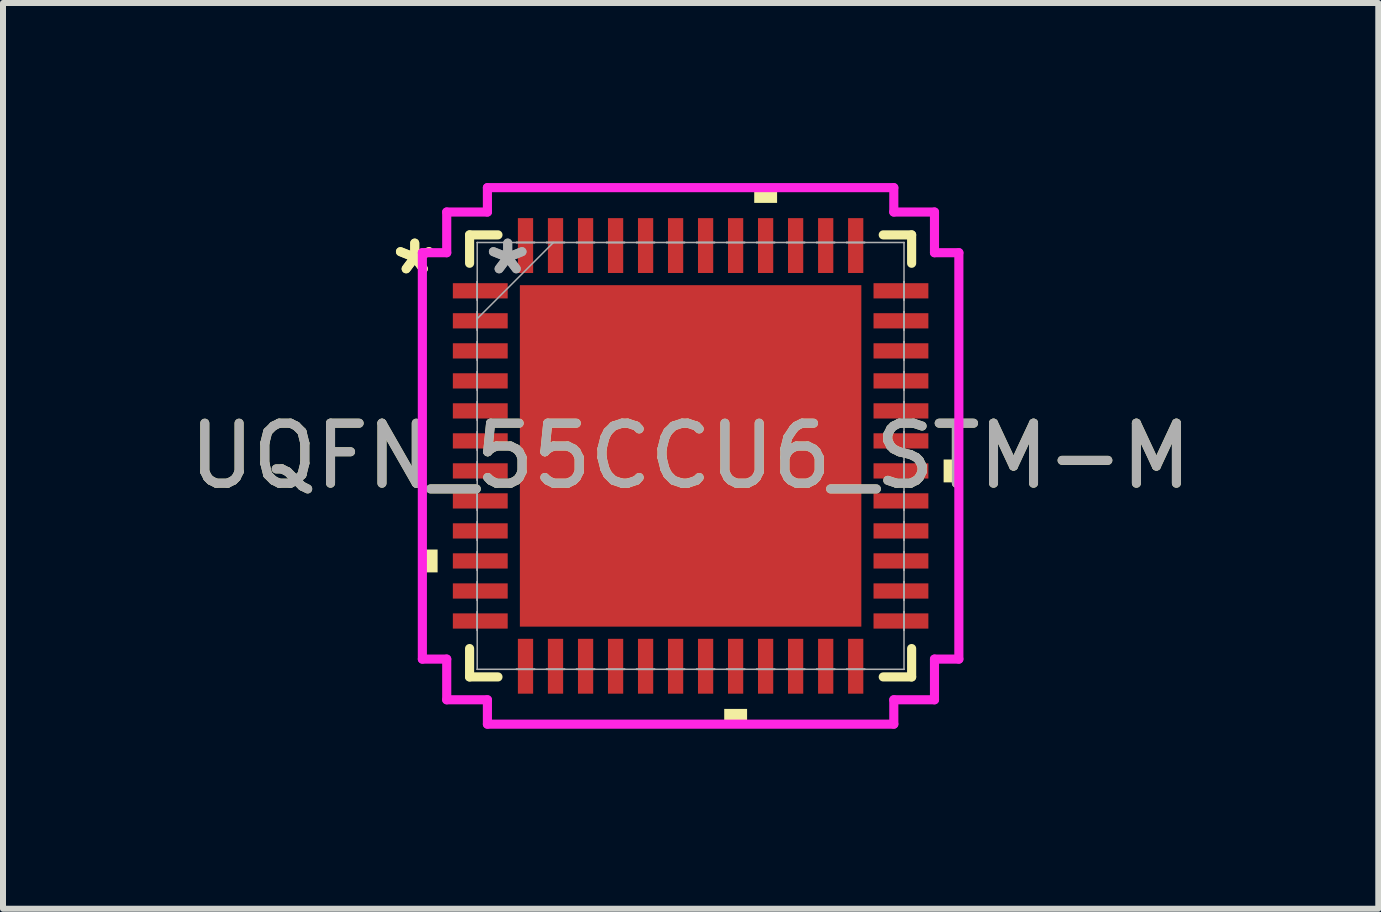
<source format=kicad_pcb>
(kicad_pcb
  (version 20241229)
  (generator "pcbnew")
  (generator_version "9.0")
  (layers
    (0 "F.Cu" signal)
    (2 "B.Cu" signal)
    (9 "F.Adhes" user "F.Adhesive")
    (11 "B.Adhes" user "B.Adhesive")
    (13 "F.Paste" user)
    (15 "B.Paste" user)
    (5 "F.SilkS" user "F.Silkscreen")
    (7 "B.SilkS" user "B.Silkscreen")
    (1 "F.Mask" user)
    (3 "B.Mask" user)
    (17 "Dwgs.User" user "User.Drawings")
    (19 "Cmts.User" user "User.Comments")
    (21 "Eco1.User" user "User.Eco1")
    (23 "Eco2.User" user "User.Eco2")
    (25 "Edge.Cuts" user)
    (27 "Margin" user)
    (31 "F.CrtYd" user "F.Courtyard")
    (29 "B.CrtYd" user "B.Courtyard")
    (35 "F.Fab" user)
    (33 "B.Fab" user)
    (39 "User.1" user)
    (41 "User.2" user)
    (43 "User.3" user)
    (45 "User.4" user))
  (footprint "UQFN_55CCU6_STM-M"
    (layer "F.Cu")
    (at 8.458 4.547)
    (property "Reference" "UQFN_55CCU6_STM-M" (at 0 0 0) (unlocked yes) (layer "F.SilkS") (effects (font (size 1 1) (thickness 0.15))))
    (attr smd)
    (fp_line (start -3.683 -3.683) (end -3.683 -3.21) (stroke (width 0.152) (type solid)) (layer "F.SilkS"))
    (fp_line (start -3.683 3.21) (end -3.683 3.683) (stroke (width 0.152) (type solid)) (layer "F.SilkS"))
    (fp_line (start -3.683 3.683) (end -3.21 3.683) (stroke (width 0.152) (type solid)) (layer "F.SilkS"))
    (fp_line (start -3.21 -3.683) (end -3.683 -3.683) (stroke (width 0.152) (type solid)) (layer "F.SilkS"))
    (fp_line (start 3.21 3.683) (end 3.683 3.683) (stroke (width 0.152) (type solid)) (layer "F.SilkS"))
    (fp_line (start 3.683 -3.683) (end 3.21 -3.683) (stroke (width 0.152) (type solid)) (layer "F.SilkS"))
    (fp_line (start 3.683 -3.21) (end 3.683 -3.683) (stroke (width 0.152) (type solid)) (layer "F.SilkS"))
    (fp_line (start 3.683 3.683) (end 3.683 3.21) (stroke (width 0.152) (type solid)) (layer "F.SilkS"))
    (fp_poly (pts (xy -4.47 1.56) (xy -4.47 1.941) (xy -4.216 1.941) (xy -4.216 1.56)) (stroke (width 0) (type solid)) (fill yes) (layer "F.SilkS"))
    (fp_poly (pts (xy 0.56 4.216) (xy 0.56 4.47) (xy 0.941 4.47) (xy 0.941 4.216)) (stroke (width 0) (type solid)) (fill yes) (layer "F.SilkS"))
    (fp_poly (pts (xy 1.06 -4.216) (xy 1.06 -4.47) (xy 1.441 -4.47) (xy 1.441 -4.216)) (stroke (width 0) (type solid)) (fill yes) (layer "F.SilkS"))
    (fp_poly (pts (xy 4.47 0.06) (xy 4.47 0.441) (xy 4.216 0.441) (xy 4.216 0.06)) (stroke (width 0) (type solid)) (fill yes) (layer "F.SilkS"))
    (fp_poly (pts (xy -2.745 -2.745) (xy -2.745 -1.522) (xy -1.522 -1.522) (xy -1.522 -2.745)) (stroke (width 0) (type solid)) (fill yes) (layer "F.Paste"))
    (fp_poly (pts (xy -2.745 -1.322) (xy -2.745 -0.1) (xy -1.522 -0.1) (xy -1.522 -1.322)) (stroke (width 0) (type solid)) (fill yes) (layer "F.Paste"))
    (fp_poly (pts (xy -2.745 0.1) (xy -2.745 1.322) (xy -1.522 1.322) (xy -1.522 0.1)) (stroke (width 0) (type solid)) (fill yes) (layer "F.Paste"))
    (fp_poly (pts (xy -2.745 1.522) (xy -2.745 2.745) (xy -1.522 2.745) (xy -1.522 1.522)) (stroke (width 0) (type solid)) (fill yes) (layer "F.Paste"))
    (fp_poly (pts (xy -1.322 -2.745) (xy -1.322 -1.522) (xy -0.1 -1.522) (xy -0.1 -2.745)) (stroke (width 0) (type solid)) (fill yes) (layer "F.Paste"))
    (fp_poly (pts (xy -1.322 -1.322) (xy -1.322 -0.1) (xy -0.1 -0.1) (xy -0.1 -1.322)) (stroke (width 0) (type solid)) (fill yes) (layer "F.Paste"))
    (fp_poly (pts (xy -1.322 0.1) (xy -1.322 1.322) (xy -0.1 1.322) (xy -0.1 0.1)) (stroke (width 0) (type solid)) (fill yes) (layer "F.Paste"))
    (fp_poly (pts (xy -1.322 1.522) (xy -1.322 2.745) (xy -0.1 2.745) (xy -0.1 1.522)) (stroke (width 0) (type solid)) (fill yes) (layer "F.Paste"))
    (fp_poly (pts (xy 0.1 -2.745) (xy 0.1 -1.522) (xy 1.322 -1.522) (xy 1.322 -2.745)) (stroke (width 0) (type solid)) (fill yes) (layer "F.Paste"))
    (fp_poly (pts (xy 0.1 -1.322) (xy 0.1 -0.1) (xy 1.322 -0.1) (xy 1.322 -1.322)) (stroke (width 0) (type solid)) (fill yes) (layer "F.Paste"))
    (fp_poly (pts (xy 0.1 0.1) (xy 0.1 1.322) (xy 1.322 1.322) (xy 1.322 0.1)) (stroke (width 0) (type solid)) (fill yes) (layer "F.Paste"))
    (fp_poly (pts (xy 0.1 1.522) (xy 0.1 2.745) (xy 1.322 2.745) (xy 1.322 1.522)) (stroke (width 0) (type solid)) (fill yes) (layer "F.Paste"))
    (fp_poly (pts (xy 1.522 -2.745) (xy 1.522 -1.522) (xy 2.745 -1.522) (xy 2.745 -2.745)) (stroke (width 0) (type solid)) (fill yes) (layer "F.Paste"))
    (fp_poly (pts (xy 1.522 -1.322) (xy 1.522 -0.1) (xy 2.745 -0.1) (xy 2.745 -1.322)) (stroke (width 0) (type solid)) (fill yes) (layer "F.Paste"))
    (fp_poly (pts (xy 1.522 0.1) (xy 1.522 1.322) (xy 2.745 1.322) (xy 2.745 0.1)) (stroke (width 0) (type solid)) (fill yes) (layer "F.Paste"))
    (fp_poly (pts (xy 1.522 1.522) (xy 1.522 2.745) (xy 2.745 2.745) (xy 2.745 1.522)) (stroke (width 0) (type solid)) (fill yes) (layer "F.Paste"))
    (fp_line (start -4.47 -3.386) (end -4.064 -3.386) (stroke (width 0.152) (type solid)) (layer "F.CrtYd"))
    (fp_line (start -4.47 3.386) (end -4.47 -3.386) (stroke (width 0.152) (type solid)) (layer "F.CrtYd"))
    (fp_line (start -4.064 -4.064) (end -3.386 -4.064) (stroke (width 0.152) (type solid)) (layer "F.CrtYd"))
    (fp_line (start -4.064 -3.386) (end -4.064 -4.064) (stroke (width 0.152) (type solid)) (layer "F.CrtYd"))
    (fp_line (start -4.064 3.386) (end -4.47 3.386) (stroke (width 0.152) (type solid)) (layer "F.CrtYd"))
    (fp_line (start -4.064 4.064) (end -4.064 3.386) (stroke (width 0.152) (type solid)) (layer "F.CrtYd"))
    (fp_line (start -3.386 -4.47) (end 3.386 -4.47) (stroke (width 0.152) (type solid)) (layer "F.CrtYd"))
    (fp_line (start -3.386 -4.064) (end -3.386 -4.47) (stroke (width 0.152) (type solid)) (layer "F.CrtYd"))
    (fp_line (start -3.386 4.064) (end -4.064 4.064) (stroke (width 0.152) (type solid)) (layer "F.CrtYd"))
    (fp_line (start -3.386 4.47) (end -3.386 4.064) (stroke (width 0.152) (type solid)) (layer "F.CrtYd"))
    (fp_line (start 3.386 -4.47) (end 3.386 -4.064) (stroke (width 0.152) (type solid)) (layer "F.CrtYd"))
    (fp_line (start 3.386 -4.064) (end 4.064 -4.064) (stroke (width 0.152) (type solid)) (layer "F.CrtYd"))
    (fp_line (start 3.386 4.064) (end 3.386 4.47) (stroke (width 0.152) (type solid)) (layer "F.CrtYd"))
    (fp_line (start 3.386 4.47) (end -3.386 4.47) (stroke (width 0.152) (type solid)) (layer "F.CrtYd"))
    (fp_line (start 4.064 -4.064) (end 4.064 -3.386) (stroke (width 0.152) (type solid)) (layer "F.CrtYd"))
    (fp_line (start 4.064 -3.386) (end 4.47 -3.386) (stroke (width 0.152) (type solid)) (layer "F.CrtYd"))
    (fp_line (start 4.064 3.386) (end 4.064 4.064) (stroke (width 0.152) (type solid)) (layer "F.CrtYd"))
    (fp_line (start 4.064 4.064) (end 3.386 4.064) (stroke (width 0.152) (type solid)) (layer "F.CrtYd"))
    (fp_line (start 4.47 -3.386) (end 4.47 3.386) (stroke (width 0.152) (type solid)) (layer "F.CrtYd"))
    (fp_line (start 4.47 3.386) (end 4.064 3.386) (stroke (width 0.152) (type solid)) (layer "F.CrtYd"))
    (fp_line (start -3.556 -3.556) (end -3.556 -3.556) (stroke (width 0.025) (type solid)) (layer "F.Fab"))
    (fp_line (start -3.556 -3.556) (end -3.556 3.556) (stroke (width 0.025) (type solid)) (layer "F.Fab"))
    (fp_line (start -3.556 -2.903) (end -3.556 -2.903) (stroke (width 0.025) (type solid)) (layer "F.Fab"))
    (fp_line (start -3.556 -2.903) (end -3.556 -2.598) (stroke (width 0.025) (type solid)) (layer "F.Fab"))
    (fp_line (start -3.556 -2.598) (end -3.556 -2.903) (stroke (width 0.025) (type solid)) (layer "F.Fab"))
    (fp_line (start -3.556 -2.598) (end -3.556 -2.598) (stroke (width 0.025) (type solid)) (layer "F.Fab"))
    (fp_line (start -3.556 -2.403) (end -3.556 -2.403) (stroke (width 0.025) (type solid)) (layer "F.Fab"))
    (fp_line (start -3.556 -2.403) (end -3.556 -2.098) (stroke (width 0.025) (type solid)) (layer "F.Fab"))
    (fp_line (start -3.556 -2.286) (end -2.286 -3.556) (stroke (width 0.025) (type solid)) (layer "F.Fab"))
    (fp_line (start -3.556 -2.098) (end -3.556 -2.403) (stroke (width 0.025) (type solid)) (layer "F.Fab"))
    (fp_line (start -3.556 -2.098) (end -3.556 -2.098) (stroke (width 0.025) (type solid)) (layer "F.Fab"))
    (fp_line (start -3.556 -1.903) (end -3.556 -1.903) (stroke (width 0.025) (type solid)) (layer "F.Fab"))
    (fp_line (start -3.556 -1.903) (end -3.556 -1.598) (stroke (width 0.025) (type solid)) (layer "F.Fab"))
    (fp_line (start -3.556 -1.598) (end -3.556 -1.903) (stroke (width 0.025) (type solid)) (layer "F.Fab"))
    (fp_line (start -3.556 -1.598) (end -3.556 -1.598) (stroke (width 0.025) (type solid)) (layer "F.Fab"))
    (fp_line (start -3.556 -1.403) (end -3.556 -1.403) (stroke (width 0.025) (type solid)) (layer "F.Fab"))
    (fp_line (start -3.556 -1.403) (end -3.556 -1.098) (stroke (width 0.025) (type solid)) (layer "F.Fab"))
    (fp_line (start -3.556 -1.098) (end -3.556 -1.403) (stroke (width 0.025) (type solid)) (layer "F.Fab"))
    (fp_line (start -3.556 -1.098) (end -3.556 -1.098) (stroke (width 0.025) (type solid)) (layer "F.Fab"))
    (fp_line (start -3.556 -0.903) (end -3.556 -0.903) (stroke (width 0.025) (type solid)) (layer "F.Fab"))
    (fp_line (start -3.556 -0.903) (end -3.556 -0.598) (stroke (width 0.025) (type solid)) (layer "F.Fab"))
    (fp_line (start -3.556 -0.598) (end -3.556 -0.903) (stroke (width 0.025) (type solid)) (layer "F.Fab"))
    (fp_line (start -3.556 -0.598) (end -3.556 -0.598) (stroke (width 0.025) (type solid)) (layer "F.Fab"))
    (fp_line (start -3.556 -0.402) (end -3.556 -0.402) (stroke (width 0.025) (type solid)) (layer "F.Fab"))
    (fp_line (start -3.556 -0.402) (end -3.556 -0.098) (stroke (width 0.025) (type solid)) (layer "F.Fab"))
    (fp_line (start -3.556 -0.098) (end -3.556 -0.402) (stroke (width 0.025) (type solid)) (layer "F.Fab"))
    (fp_line (start -3.556 -0.098) (end -3.556 -0.098) (stroke (width 0.025) (type solid)) (layer "F.Fab"))
    (fp_line (start -3.556 0.098) (end -3.556 0.098) (stroke (width 0.025) (type solid)) (layer "F.Fab"))
    (fp_line (start -3.556 0.098) (end -3.556 0.402) (stroke (width 0.025) (type solid)) (layer "F.Fab"))
    (fp_line (start -3.556 0.402) (end -3.556 0.098) (stroke (width 0.025) (type solid)) (layer "F.Fab"))
    (fp_line (start -3.556 0.402) (end -3.556 0.402) (stroke (width 0.025) (type solid)) (layer "F.Fab"))
    (fp_line (start -3.556 0.598) (end -3.556 0.598) (stroke (width 0.025) (type solid)) (layer "F.Fab"))
    (fp_line (start -3.556 0.598) (end -3.556 0.903) (stroke (width 0.025) (type solid)) (layer "F.Fab"))
    (fp_line (start -3.556 0.903) (end -3.556 0.598) (stroke (width 0.025) (type solid)) (layer "F.Fab"))
    (fp_line (start -3.556 0.903) (end -3.556 0.903) (stroke (width 0.025) (type solid)) (layer "F.Fab"))
    (fp_line (start -3.556 1.098) (end -3.556 1.098) (stroke (width 0.025) (type solid)) (layer "F.Fab"))
    (fp_line (start -3.556 1.098) (end -3.556 1.403) (stroke (width 0.025) (type solid)) (layer "F.Fab"))
    (fp_line (start -3.556 1.403) (end -3.556 1.098) (stroke (width 0.025) (type solid)) (layer "F.Fab"))
    (fp_line (start -3.556 1.403) (end -3.556 1.403) (stroke (width 0.025) (type solid)) (layer "F.Fab"))
    (fp_line (start -3.556 1.598) (end -3.556 1.598) (stroke (width 0.025) (type solid)) (layer "F.Fab"))
    (fp_line (start -3.556 1.598) (end -3.556 1.903) (stroke (width 0.025) (type solid)) (layer "F.Fab"))
    (fp_line (start -3.556 1.903) (end -3.556 1.598) (stroke (width 0.025) (type solid)) (layer "F.Fab"))
    (fp_line (start -3.556 1.903) (end -3.556 1.903) (stroke (width 0.025) (type solid)) (layer "F.Fab"))
    (fp_line (start -3.556 2.098) (end -3.556 2.098) (stroke (width 0.025) (type solid)) (layer "F.Fab"))
    (fp_line (start -3.556 2.098) (end -3.556 2.403) (stroke (width 0.025) (type solid)) (layer "F.Fab"))
    (fp_line (start -3.556 2.403) (end -3.556 2.098) (stroke (width 0.025) (type solid)) (layer "F.Fab"))
    (fp_line (start -3.556 2.403) (end -3.556 2.403) (stroke (width 0.025) (type solid)) (layer "F.Fab"))
    (fp_line (start -3.556 2.598) (end -3.556 2.598) (stroke (width 0.025) (type solid)) (layer "F.Fab"))
    (fp_line (start -3.556 2.598) (end -3.556 2.903) (stroke (width 0.025) (type solid)) (layer "F.Fab"))
    (fp_line (start -3.556 2.903) (end -3.556 2.598) (stroke (width 0.025) (type solid)) (layer "F.Fab"))
    (fp_line (start -3.556 2.903) (end -3.556 2.903) (stroke (width 0.025) (type solid)) (layer "F.Fab"))
    (fp_line (start -3.556 3.556) (end -3.556 3.556) (stroke (width 0.025) (type solid)) (layer "F.Fab"))
    (fp_line (start -3.556 3.556) (end 3.556 3.556) (stroke (width 0.025) (type solid)) (layer "F.Fab"))
    (fp_line (start -2.903 -3.556) (end -2.903 -3.556) (stroke (width 0.025) (type solid)) (layer "F.Fab"))
    (fp_line (start -2.903 -3.556) (end -2.598 -3.556) (stroke (width 0.025) (type solid)) (layer "F.Fab"))
    (fp_line (start -2.903 3.556) (end -2.903 3.556) (stroke (width 0.025) (type solid)) (layer "F.Fab"))
    (fp_line (start -2.903 3.556) (end -2.598 3.556) (stroke (width 0.025) (type solid)) (layer "F.Fab"))
    (fp_line (start -2.598 -3.556) (end -2.903 -3.556) (stroke (width 0.025) (type solid)) (layer "F.Fab"))
    (fp_line (start -2.598 -3.556) (end -2.598 -3.556) (stroke (width 0.025) (type solid)) (layer "F.Fab"))
    (fp_line (start -2.598 3.556) (end -2.903 3.556) (stroke (width 0.025) (type solid)) (layer "F.Fab"))
    (fp_line (start -2.598 3.556) (end -2.598 3.556) (stroke (width 0.025) (type solid)) (layer "F.Fab"))
    (fp_line (start -2.403 -3.556) (end -2.403 -3.556) (stroke (width 0.025) (type solid)) (layer "F.Fab"))
    (fp_line (start -2.403 -3.556) (end -2.098 -3.556) (stroke (width 0.025) (type solid)) (layer "F.Fab"))
    (fp_line (start -2.403 3.556) (end -2.403 3.556) (stroke (width 0.025) (type solid)) (layer "F.Fab"))
    (fp_line (start -2.403 3.556) (end -2.098 3.556) (stroke (width 0.025) (type solid)) (layer "F.Fab"))
    (fp_line (start -2.098 -3.556) (end -2.403 -3.556) (stroke (width 0.025) (type solid)) (layer "F.Fab"))
    (fp_line (start -2.098 -3.556) (end -2.098 -3.556) (stroke (width 0.025) (type solid)) (layer "F.Fab"))
    (fp_line (start -2.098 3.556) (end -2.403 3.556) (stroke (width 0.025) (type solid)) (layer "F.Fab"))
    (fp_line (start -2.098 3.556) (end -2.098 3.556) (stroke (width 0.025) (type solid)) (layer "F.Fab"))
    (fp_line (start -1.903 -3.556) (end -1.903 -3.556) (stroke (width 0.025) (type solid)) (layer "F.Fab"))
    (fp_line (start -1.903 -3.556) (end -1.598 -3.556) (stroke (width 0.025) (type solid)) (layer "F.Fab"))
    (fp_line (start -1.903 3.556) (end -1.903 3.556) (stroke (width 0.025) (type solid)) (layer "F.Fab"))
    (fp_line (start -1.903 3.556) (end -1.598 3.556) (stroke (width 0.025) (type solid)) (layer "F.Fab"))
    (fp_line (start -1.598 -3.556) (end -1.903 -3.556) (stroke (width 0.025) (type solid)) (layer "F.Fab"))
    (fp_line (start -1.598 -3.556) (end -1.598 -3.556) (stroke (width 0.025) (type solid)) (layer "F.Fab"))
    (fp_line (start -1.598 3.556) (end -1.903 3.556) (stroke (width 0.025) (type solid)) (layer "F.Fab"))
    (fp_line (start -1.598 3.556) (end -1.598 3.556) (stroke (width 0.025) (type solid)) (layer "F.Fab"))
    (fp_line (start -1.403 -3.556) (end -1.403 -3.556) (stroke (width 0.025) (type solid)) (layer "F.Fab"))
    (fp_line (start -1.403 -3.556) (end -1.098 -3.556) (stroke (width 0.025) (type solid)) (layer "F.Fab"))
    (fp_line (start -1.403 3.556) (end -1.403 3.556) (stroke (width 0.025) (type solid)) (layer "F.Fab"))
    (fp_line (start -1.403 3.556) (end -1.098 3.556) (stroke (width 0.025) (type solid)) (layer "F.Fab"))
    (fp_line (start -1.098 -3.556) (end -1.403 -3.556) (stroke (width 0.025) (type solid)) (layer "F.Fab"))
    (fp_line (start -1.098 -3.556) (end -1.098 -3.556) (stroke (width 0.025) (type solid)) (layer "F.Fab"))
    (fp_line (start -1.098 3.556) (end -1.403 3.556) (stroke (width 0.025) (type solid)) (layer "F.Fab"))
    (fp_line (start -1.098 3.556) (end -1.098 3.556) (stroke (width 0.025) (type solid)) (layer "F.Fab"))
    (fp_line (start -0.903 -3.556) (end -0.903 -3.556) (stroke (width 0.025) (type solid)) (layer "F.Fab"))
    (fp_line (start -0.903 -3.556) (end -0.598 -3.556) (stroke (width 0.025) (type solid)) (layer "F.Fab"))
    (fp_line (start -0.903 3.556) (end -0.903 3.556) (stroke (width 0.025) (type solid)) (layer "F.Fab"))
    (fp_line (start -0.903 3.556) (end -0.598 3.556) (stroke (width 0.025) (type solid)) (layer "F.Fab"))
    (fp_line (start -0.598 -3.556) (end -0.903 -3.556) (stroke (width 0.025) (type solid)) (layer "F.Fab"))
    (fp_line (start -0.598 -3.556) (end -0.598 -3.556) (stroke (width 0.025) (type solid)) (layer "F.Fab"))
    (fp_line (start -0.598 3.556) (end -0.903 3.556) (stroke (width 0.025) (type solid)) (layer "F.Fab"))
    (fp_line (start -0.598 3.556) (end -0.598 3.556) (stroke (width 0.025) (type solid)) (layer "F.Fab"))
    (fp_line (start -0.402 -3.556) (end -0.402 -3.556) (stroke (width 0.025) (type solid)) (layer "F.Fab"))
    (fp_line (start -0.402 -3.556) (end -0.098 -3.556) (stroke (width 0.025) (type solid)) (layer "F.Fab"))
    (fp_line (start -0.402 3.556) (end -0.402 3.556) (stroke (width 0.025) (type solid)) (layer "F.Fab"))
    (fp_line (start -0.402 3.556) (end -0.098 3.556) (stroke (width 0.025) (type solid)) (layer "F.Fab"))
    (fp_line (start -0.098 -3.556) (end -0.402 -3.556) (stroke (width 0.025) (type solid)) (layer "F.Fab"))
    (fp_line (start -0.098 -3.556) (end -0.098 -3.556) (stroke (width 0.025) (type solid)) (layer "F.Fab"))
    (fp_line (start -0.098 3.556) (end -0.402 3.556) (stroke (width 0.025) (type solid)) (layer "F.Fab"))
    (fp_line (start -0.098 3.556) (end -0.098 3.556) (stroke (width 0.025) (type solid)) (layer "F.Fab"))
    (fp_line (start 0.098 -3.556) (end 0.098 -3.556) (stroke (width 0.025) (type solid)) (layer "F.Fab"))
    (fp_line (start 0.098 -3.556) (end 0.402 -3.556) (stroke (width 0.025) (type solid)) (layer "F.Fab"))
    (fp_line (start 0.098 3.556) (end 0.098 3.556) (stroke (width 0.025) (type solid)) (layer "F.Fab"))
    (fp_line (start 0.098 3.556) (end 0.402 3.556) (stroke (width 0.025) (type solid)) (layer "F.Fab"))
    (fp_line (start 0.402 -3.556) (end 0.098 -3.556) (stroke (width 0.025) (type solid)) (layer "F.Fab"))
    (fp_line (start 0.402 -3.556) (end 0.402 -3.556) (stroke (width 0.025) (type solid)) (layer "F.Fab"))
    (fp_line (start 0.402 3.556) (end 0.098 3.556) (stroke (width 0.025) (type solid)) (layer "F.Fab"))
    (fp_line (start 0.402 3.556) (end 0.402 3.556) (stroke (width 0.025) (type solid)) (layer "F.Fab"))
    (fp_line (start 0.598 -3.556) (end 0.598 -3.556) (stroke (width 0.025) (type solid)) (layer "F.Fab"))
    (fp_line (start 0.598 -3.556) (end 0.903 -3.556) (stroke (width 0.025) (type solid)) (layer "F.Fab"))
    (fp_line (start 0.598 3.556) (end 0.598 3.556) (stroke (width 0.025) (type solid)) (layer "F.Fab"))
    (fp_line (start 0.598 3.556) (end 0.903 3.556) (stroke (width 0.025) (type solid)) (layer "F.Fab"))
    (fp_line (start 0.903 -3.556) (end 0.598 -3.556) (stroke (width 0.025) (type solid)) (layer "F.Fab"))
    (fp_line (start 0.903 -3.556) (end 0.903 -3.556) (stroke (width 0.025) (type solid)) (layer "F.Fab"))
    (fp_line (start 0.903 3.556) (end 0.598 3.556) (stroke (width 0.025) (type solid)) (layer "F.Fab"))
    (fp_line (start 0.903 3.556) (end 0.903 3.556) (stroke (width 0.025) (type solid)) (layer "F.Fab"))
    (fp_line (start 1.098 -3.556) (end 1.098 -3.556) (stroke (width 0.025) (type solid)) (layer "F.Fab"))
    (fp_line (start 1.098 -3.556) (end 1.403 -3.556) (stroke (width 0.025) (type solid)) (layer "F.Fab"))
    (fp_line (start 1.098 3.556) (end 1.098 3.556) (stroke (width 0.025) (type solid)) (layer "F.Fab"))
    (fp_line (start 1.098 3.556) (end 1.403 3.556) (stroke (width 0.025) (type solid)) (layer "F.Fab"))
    (fp_line (start 1.403 -3.556) (end 1.098 -3.556) (stroke (width 0.025) (type solid)) (layer "F.Fab"))
    (fp_line (start 1.403 -3.556) (end 1.403 -3.556) (stroke (width 0.025) (type solid)) (layer "F.Fab"))
    (fp_line (start 1.403 3.556) (end 1.098 3.556) (stroke (width 0.025) (type solid)) (layer "F.Fab"))
    (fp_line (start 1.403 3.556) (end 1.403 3.556) (stroke (width 0.025) (type solid)) (layer "F.Fab"))
    (fp_line (start 1.598 -3.556) (end 1.598 -3.556) (stroke (width 0.025) (type solid)) (layer "F.Fab"))
    (fp_line (start 1.598 -3.556) (end 1.903 -3.556) (stroke (width 0.025) (type solid)) (layer "F.Fab"))
    (fp_line (start 1.598 3.556) (end 1.598 3.556) (stroke (width 0.025) (type solid)) (layer "F.Fab"))
    (fp_line (start 1.598 3.556) (end 1.903 3.556) (stroke (width 0.025) (type solid)) (layer "F.Fab"))
    (fp_line (start 1.903 -3.556) (end 1.598 -3.556) (stroke (width 0.025) (type solid)) (layer "F.Fab"))
    (fp_line (start 1.903 -3.556) (end 1.903 -3.556) (stroke (width 0.025) (type solid)) (layer "F.Fab"))
    (fp_line (start 1.903 3.556) (end 1.598 3.556) (stroke (width 0.025) (type solid)) (layer "F.Fab"))
    (fp_line (start 1.903 3.556) (end 1.903 3.556) (stroke (width 0.025) (type solid)) (layer "F.Fab"))
    (fp_line (start 2.098 -3.556) (end 2.098 -3.556) (stroke (width 0.025) (type solid)) (layer "F.Fab"))
    (fp_line (start 2.098 -3.556) (end 2.403 -3.556) (stroke (width 0.025) (type solid)) (layer "F.Fab"))
    (fp_line (start 2.098 3.556) (end 2.098 3.556) (stroke (width 0.025) (type solid)) (layer "F.Fab"))
    (fp_line (start 2.098 3.556) (end 2.403 3.556) (stroke (width 0.025) (type solid)) (layer "F.Fab"))
    (fp_line (start 2.403 -3.556) (end 2.098 -3.556) (stroke (width 0.025) (type solid)) (layer "F.Fab"))
    (fp_line (start 2.403 -3.556) (end 2.403 -3.556) (stroke (width 0.025) (type solid)) (layer "F.Fab"))
    (fp_line (start 2.403 3.556) (end 2.098 3.556) (stroke (width 0.025) (type solid)) (layer "F.Fab"))
    (fp_line (start 2.403 3.556) (end 2.403 3.556) (stroke (width 0.025) (type solid)) (layer "F.Fab"))
    (fp_line (start 2.598 -3.556) (end 2.598 -3.556) (stroke (width 0.025) (type solid)) (layer "F.Fab"))
    (fp_line (start 2.598 -3.556) (end 2.903 -3.556) (stroke (width 0.025) (type solid)) (layer "F.Fab"))
    (fp_line (start 2.598 3.556) (end 2.598 3.556) (stroke (width 0.025) (type solid)) (layer "F.Fab"))
    (fp_line (start 2.598 3.556) (end 2.903 3.556) (stroke (width 0.025) (type solid)) (layer "F.Fab"))
    (fp_line (start 2.903 -3.556) (end 2.598 -3.556) (stroke (width 0.025) (type solid)) (layer "F.Fab"))
    (fp_line (start 2.903 -3.556) (end 2.903 -3.556) (stroke (width 0.025) (type solid)) (layer "F.Fab"))
    (fp_line (start 2.903 3.556) (end 2.598 3.556) (stroke (width 0.025) (type solid)) (layer "F.Fab"))
    (fp_line (start 2.903 3.556) (end 2.903 3.556) (stroke (width 0.025) (type solid)) (layer "F.Fab"))
    (fp_line (start 3.556 -3.556) (end -3.556 -3.556) (stroke (width 0.025) (type solid)) (layer "F.Fab"))
    (fp_line (start 3.556 -3.556) (end 3.556 -3.556) (stroke (width 0.025) (type solid)) (layer "F.Fab"))
    (fp_line (start 3.556 -2.903) (end 3.556 -2.903) (stroke (width 0.025) (type solid)) (layer "F.Fab"))
    (fp_line (start 3.556 -2.903) (end 3.556 -2.598) (stroke (width 0.025) (type solid)) (layer "F.Fab"))
    (fp_line (start 3.556 -2.598) (end 3.556 -2.903) (stroke (width 0.025) (type solid)) (layer "F.Fab"))
    (fp_line (start 3.556 -2.598) (end 3.556 -2.598) (stroke (width 0.025) (type solid)) (layer "F.Fab"))
    (fp_line (start 3.556 -2.403) (end 3.556 -2.403) (stroke (width 0.025) (type solid)) (layer "F.Fab"))
    (fp_line (start 3.556 -2.403) (end 3.556 -2.098) (stroke (width 0.025) (type solid)) (layer "F.Fab"))
    (fp_line (start 3.556 -2.098) (end 3.556 -2.403) (stroke (width 0.025) (type solid)) (layer "F.Fab"))
    (fp_line (start 3.556 -2.098) (end 3.556 -2.098) (stroke (width 0.025) (type solid)) (layer "F.Fab"))
    (fp_line (start 3.556 -1.903) (end 3.556 -1.903) (stroke (width 0.025) (type solid)) (layer "F.Fab"))
    (fp_line (start 3.556 -1.903) (end 3.556 -1.598) (stroke (width 0.025) (type solid)) (layer "F.Fab"))
    (fp_line (start 3.556 -1.598) (end 3.556 -1.903) (stroke (width 0.025) (type solid)) (layer "F.Fab"))
    (fp_line (start 3.556 -1.598) (end 3.556 -1.598) (stroke (width 0.025) (type solid)) (layer "F.Fab"))
    (fp_line (start 3.556 -1.403) (end 3.556 -1.403) (stroke (width 0.025) (type solid)) (layer "F.Fab"))
    (fp_line (start 3.556 -1.403) (end 3.556 -1.098) (stroke (width 0.025) (type solid)) (layer "F.Fab"))
    (fp_line (start 3.556 -1.098) (end 3.556 -1.403) (stroke (width 0.025) (type solid)) (layer "F.Fab"))
    (fp_line (start 3.556 -1.098) (end 3.556 -1.098) (stroke (width 0.025) (type solid)) (layer "F.Fab"))
    (fp_line (start 3.556 -0.903) (end 3.556 -0.903) (stroke (width 0.025) (type solid)) (layer "F.Fab"))
    (fp_line (start 3.556 -0.903) (end 3.556 -0.598) (stroke (width 0.025) (type solid)) (layer "F.Fab"))
    (fp_line (start 3.556 -0.598) (end 3.556 -0.903) (stroke (width 0.025) (type solid)) (layer "F.Fab"))
    (fp_line (start 3.556 -0.598) (end 3.556 -0.598) (stroke (width 0.025) (type solid)) (layer "F.Fab"))
    (fp_line (start 3.556 -0.402) (end 3.556 -0.402) (stroke (width 0.025) (type solid)) (layer "F.Fab"))
    (fp_line (start 3.556 -0.402) (end 3.556 -0.098) (stroke (width 0.025) (type solid)) (layer "F.Fab"))
    (fp_line (start 3.556 -0.098) (end 3.556 -0.402) (stroke (width 0.025) (type solid)) (layer "F.Fab"))
    (fp_line (start 3.556 -0.098) (end 3.556 -0.098) (stroke (width 0.025) (type solid)) (layer "F.Fab"))
    (fp_line (start 3.556 0.098) (end 3.556 0.098) (stroke (width 0.025) (type solid)) (layer "F.Fab"))
    (fp_line (start 3.556 0.098) (end 3.556 0.402) (stroke (width 0.025) (type solid)) (layer "F.Fab"))
    (fp_line (start 3.556 0.402) (end 3.556 0.098) (stroke (width 0.025) (type solid)) (layer "F.Fab"))
    (fp_line (start 3.556 0.402) (end 3.556 0.402) (stroke (width 0.025) (type solid)) (layer "F.Fab"))
    (fp_line (start 3.556 0.598) (end 3.556 0.598) (stroke (width 0.025) (type solid)) (layer "F.Fab"))
    (fp_line (start 3.556 0.598) (end 3.556 0.903) (stroke (width 0.025) (type solid)) (layer "F.Fab"))
    (fp_line (start 3.556 0.903) (end 3.556 0.598) (stroke (width 0.025) (type solid)) (layer "F.Fab"))
    (fp_line (start 3.556 0.903) (end 3.556 0.903) (stroke (width 0.025) (type solid)) (layer "F.Fab"))
    (fp_line (start 3.556 1.098) (end 3.556 1.098) (stroke (width 0.025) (type solid)) (layer "F.Fab"))
    (fp_line (start 3.556 1.098) (end 3.556 1.403) (stroke (width 0.025) (type solid)) (layer "F.Fab"))
    (fp_line (start 3.556 1.403) (end 3.556 1.098) (stroke (width 0.025) (type solid)) (layer "F.Fab"))
    (fp_line (start 3.556 1.403) (end 3.556 1.403) (stroke (width 0.025) (type solid)) (layer "F.Fab"))
    (fp_line (start 3.556 1.598) (end 3.556 1.598) (stroke (width 0.025) (type solid)) (layer "F.Fab"))
    (fp_line (start 3.556 1.598) (end 3.556 1.903) (stroke (width 0.025) (type solid)) (layer "F.Fab"))
    (fp_line (start 3.556 1.903) (end 3.556 1.598) (stroke (width 0.025) (type solid)) (layer "F.Fab"))
    (fp_line (start 3.556 1.903) (end 3.556 1.903) (stroke (width 0.025) (type solid)) (layer "F.Fab"))
    (fp_line (start 3.556 2.098) (end 3.556 2.098) (stroke (width 0.025) (type solid)) (layer "F.Fab"))
    (fp_line (start 3.556 2.098) (end 3.556 2.403) (stroke (width 0.025) (type solid)) (layer "F.Fab"))
    (fp_line (start 3.556 2.403) (end 3.556 2.098) (stroke (width 0.025) (type solid)) (layer "F.Fab"))
    (fp_line (start 3.556 2.403) (end 3.556 2.403) (stroke (width 0.025) (type solid)) (layer "F.Fab"))
    (fp_line (start 3.556 2.598) (end 3.556 2.598) (stroke (width 0.025) (type solid)) (layer "F.Fab"))
    (fp_line (start 3.556 2.598) (end 3.556 2.903) (stroke (width 0.025) (type solid)) (layer "F.Fab"))
    (fp_line (start 3.556 2.903) (end 3.556 2.598) (stroke (width 0.025) (type solid)) (layer "F.Fab"))
    (fp_line (start 3.556 2.903) (end 3.556 2.903) (stroke (width 0.025) (type solid)) (layer "F.Fab"))
    (fp_line (start 3.556 3.556) (end 3.556 -3.556) (stroke (width 0.025) (type solid)) (layer "F.Fab"))
    (fp_line (start 3.556 3.556) (end 3.556 3.556) (stroke (width 0.025) (type solid)) (layer "F.Fab"))
    (fp_text user "*" (at -4.597 -3.001 0) (layer "F.SilkS") (effects (font (size 1 1) (thickness 0.15))))
    (fp_text user "*" (at -4.597 -3.001 0) (unlocked yes) (layer "F.SilkS") (effects (font (size 1 1) (thickness 0.15))))
    (fp_text user "*" (at -3.048 -3.001 0) (unlocked yes) (layer "F.Fab") (effects (font (size 1 1) (thickness 0.15))))
    (fp_text user "*" (at -3.048 -3.001 0) (layer "F.Fab") (effects (font (size 1 1) (thickness 0.15))))
    (fp_text user "${REFERENCE}" (at 0 0 0) (unlocked yes) (layer "F.Fab") (effects (font (size 1 1) (thickness 0.15))))
    (pad "1" smd rect (at -3.505 -2.751 90) (size 0.254 0.914) (layers "F.Cu" "F.Mask" "F.Paste"))
    (pad "2" smd rect (at -3.505 -2.251 90) (size 0.254 0.914) (layers "F.Cu" "F.Mask" "F.Paste"))
    (pad "3" smd rect (at -3.505 -1.75 90) (size 0.254 0.914) (layers "F.Cu" "F.Mask" "F.Paste"))
    (pad "4" smd rect (at -3.505 -1.25 90) (size 0.254 0.914) (layers "F.Cu" "F.Mask" "F.Paste"))
    (pad "5" smd rect (at -3.505 -0.75 90) (size 0.254 0.914) (layers "F.Cu" "F.Mask" "F.Paste"))
    (pad "6" smd rect (at -3.505 -0.25 90) (size 0.254 0.914) (layers "F.Cu" "F.Mask" "F.Paste"))
    (pad "7" smd rect (at -3.505 0.25 90) (size 0.254 0.914) (layers "F.Cu" "F.Mask" "F.Paste"))
    (pad "8" smd rect (at -3.505 0.75 90) (size 0.254 0.914) (layers "F.Cu" "F.Mask" "F.Paste"))
    (pad "9" smd rect (at -3.505 1.25 90) (size 0.254 0.914) (layers "F.Cu" "F.Mask" "F.Paste"))
    (pad "10" smd rect (at -3.505 1.75 90) (size 0.254 0.914) (layers "F.Cu" "F.Mask" "F.Paste"))
    (pad "11" smd rect (at -3.505 2.251 90) (size 0.254 0.914) (layers "F.Cu" "F.Mask" "F.Paste"))
    (pad "12" smd rect (at -3.505 2.751 90) (size 0.254 0.914) (layers "F.Cu" "F.Mask" "F.Paste"))
    (pad "13" smd rect (at -2.751 3.505) (size 0.254 0.914) (layers "F.Cu" "F.Mask" "F.Paste"))
    (pad "14" smd rect (at -2.251 3.505) (size 0.254 0.914) (layers "F.Cu" "F.Mask" "F.Paste"))
    (pad "15" smd rect (at -1.75 3.505) (size 0.254 0.914) (layers "F.Cu" "F.Mask" "F.Paste"))
    (pad "16" smd rect (at -1.25 3.505) (size 0.254 0.914) (layers "F.Cu" "F.Mask" "F.Paste"))
    (pad "17" smd rect (at -0.75 3.505) (size 0.254 0.914) (layers "F.Cu" "F.Mask" "F.Paste"))
    (pad "18" smd rect (at -0.25 3.505) (size 0.254 0.914) (layers "F.Cu" "F.Mask" "F.Paste"))
    (pad "19" smd rect (at 0.25 3.505) (size 0.254 0.914) (layers "F.Cu" "F.Mask" "F.Paste"))
    (pad "20" smd rect (at 0.75 3.505) (size 0.254 0.914) (layers "F.Cu" "F.Mask" "F.Paste"))
    (pad "21" smd rect (at 1.25 3.505) (size 0.254 0.914) (layers "F.Cu" "F.Mask" "F.Paste"))
    (pad "22" smd rect (at 1.75 3.505) (size 0.254 0.914) (layers "F.Cu" "F.Mask" "F.Paste"))
    (pad "23" smd rect (at 2.251 3.505) (size 0.254 0.914) (layers "F.Cu" "F.Mask" "F.Paste"))
    (pad "24" smd rect (at 2.751 3.505) (size 0.254 0.914) (layers "F.Cu" "F.Mask" "F.Paste"))
    (pad "25" smd rect (at 3.505 2.751 90) (size 0.254 0.914) (layers "F.Cu" "F.Mask" "F.Paste"))
    (pad "26" smd rect (at 3.505 2.251 90) (size 0.254 0.914) (layers "F.Cu" "F.Mask" "F.Paste"))
    (pad "27" smd rect (at 3.505 1.75 90) (size 0.254 0.914) (layers "F.Cu" "F.Mask" "F.Paste"))
    (pad "28" smd rect (at 3.505 1.25 90) (size 0.254 0.914) (layers "F.Cu" "F.Mask" "F.Paste"))
    (pad "29" smd rect (at 3.505 0.75 90) (size 0.254 0.914) (layers "F.Cu" "F.Mask" "F.Paste"))
    (pad "30" smd rect (at 3.505 0.25 90) (size 0.254 0.914) (layers "F.Cu" "F.Mask" "F.Paste"))
    (pad "31" smd rect (at 3.505 -0.25 90) (size 0.254 0.914) (layers "F.Cu" "F.Mask" "F.Paste"))
    (pad "32" smd rect (at 3.505 -0.75 90) (size 0.254 0.914) (layers "F.Cu" "F.Mask" "F.Paste"))
    (pad "33" smd rect (at 3.505 -1.25 90) (size 0.254 0.914) (layers "F.Cu" "F.Mask" "F.Paste"))
    (pad "34" smd rect (at 3.505 -1.75 90) (size 0.254 0.914) (layers "F.Cu" "F.Mask" "F.Paste"))
    (pad "35" smd rect (at 3.505 -2.251 90) (size 0.254 0.914) (layers "F.Cu" "F.Mask" "F.Paste"))
    (pad "36" smd rect (at 3.505 -2.751 90) (size 0.254 0.914) (layers "F.Cu" "F.Mask" "F.Paste"))
    (pad "37" smd rect (at 2.751 -3.505) (size 0.254 0.914) (layers "F.Cu" "F.Mask" "F.Paste"))
    (pad "38" smd rect (at 2.251 -3.505) (size 0.254 0.914) (layers "F.Cu" "F.Mask" "F.Paste"))
    (pad "39" smd rect (at 1.75 -3.505) (size 0.254 0.914) (layers "F.Cu" "F.Mask" "F.Paste"))
    (pad "40" smd rect (at 1.25 -3.505) (size 0.254 0.914) (layers "F.Cu" "F.Mask" "F.Paste"))
    (pad "41" smd rect (at 0.75 -3.505) (size 0.254 0.914) (layers "F.Cu" "F.Mask" "F.Paste"))
    (pad "42" smd rect (at 0.25 -3.505) (size 0.254 0.914) (layers "F.Cu" "F.Mask" "F.Paste"))
    (pad "43" smd rect (at -0.25 -3.505) (size 0.254 0.914) (layers "F.Cu" "F.Mask" "F.Paste"))
    (pad "44" smd rect (at -0.75 -3.505) (size 0.254 0.914) (layers "F.Cu" "F.Mask" "F.Paste"))
    (pad "45" smd rect (at -1.25 -3.505) (size 0.254 0.914) (layers "F.Cu" "F.Mask" "F.Paste"))
    (pad "46" smd rect (at -1.75 -3.505) (size 0.254 0.914) (layers "F.Cu" "F.Mask" "F.Paste"))
    (pad "47" smd rect (at -2.251 -3.505) (size 0.254 0.914) (layers "F.Cu" "F.Mask" "F.Paste"))
    (pad "48" smd rect (at -2.751 -3.505) (size 0.254 0.914) (layers "F.Cu" "F.Mask" "F.Paste"))
    (pad "49" smd rect (at 0 0) (size 5.69 5.69) (layers "F.Cu" "F.Mask")))
  (gr_rect
    (start -3 -3)
    (end 19.917 12.093)
    (stroke (width 0.1) (type default))
    (fill no)
    (layer "Edge.Cuts")))
</source>
